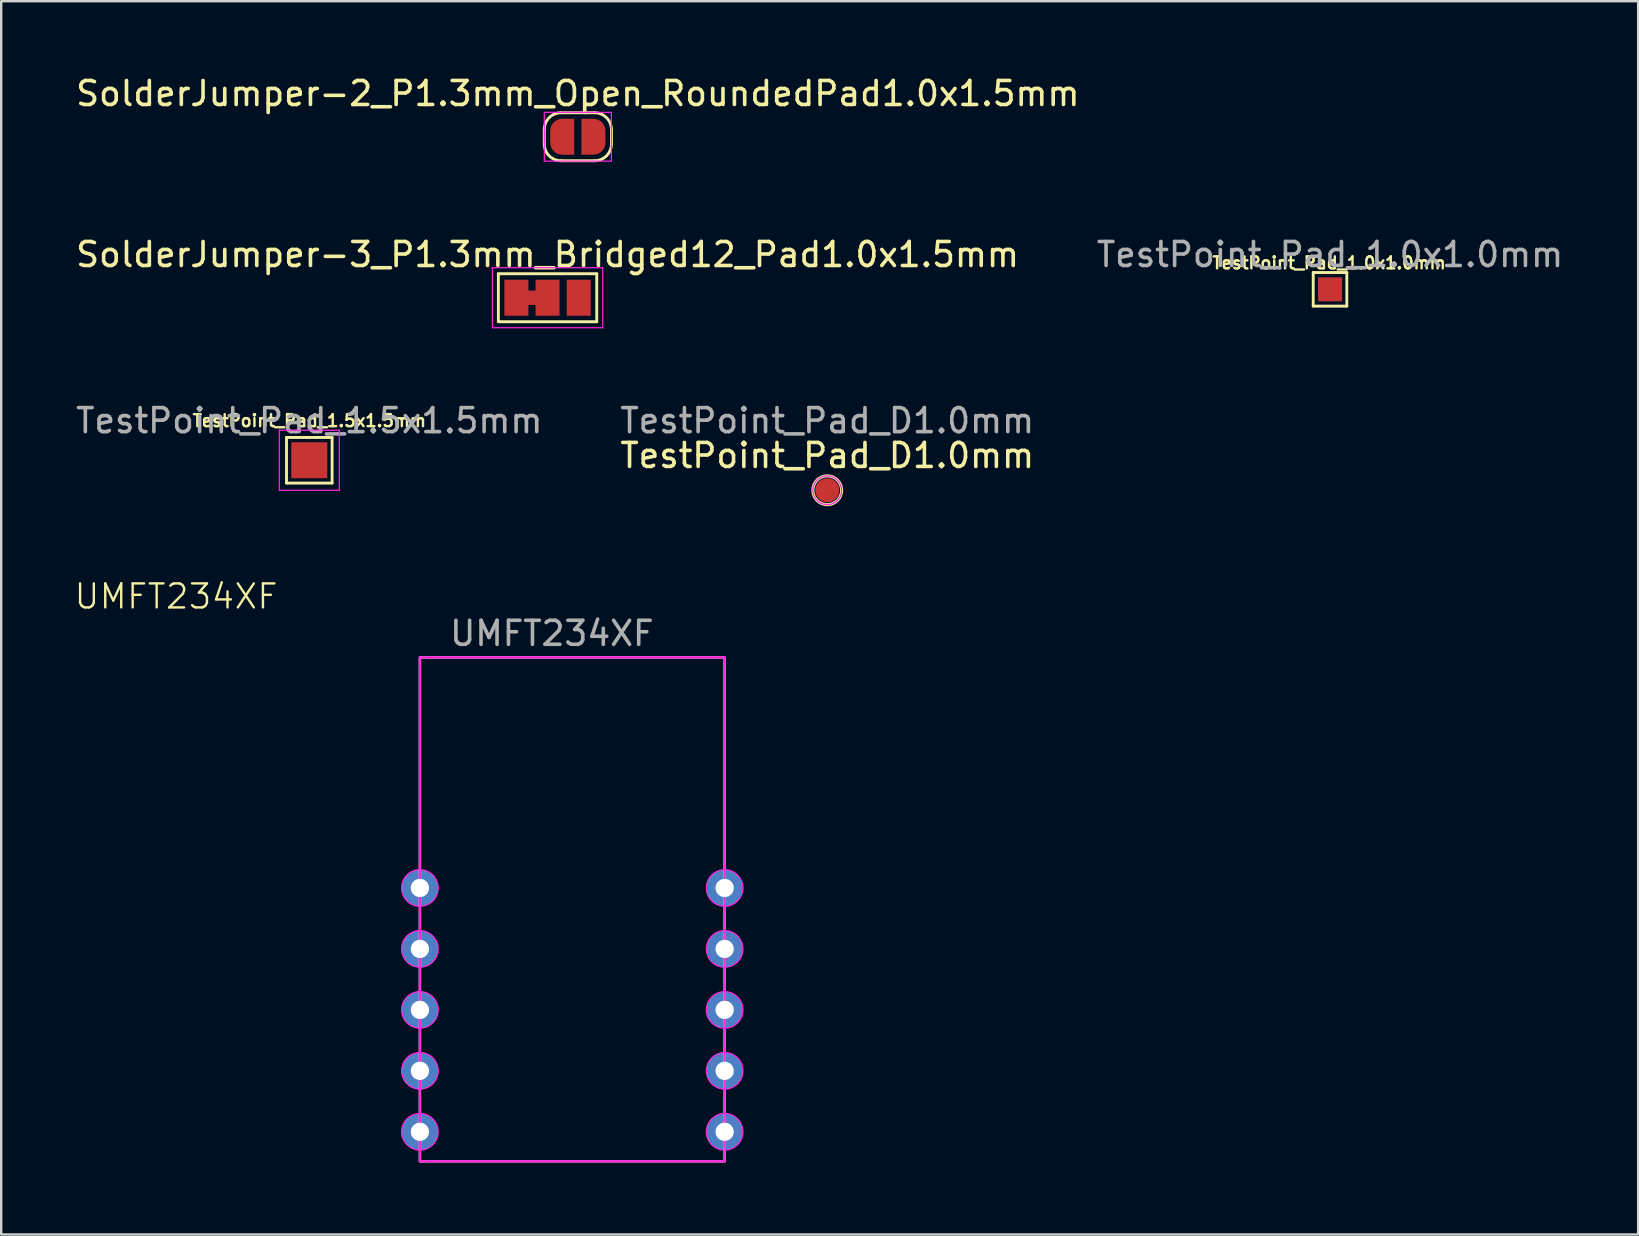
<source format=kicad_pcb>
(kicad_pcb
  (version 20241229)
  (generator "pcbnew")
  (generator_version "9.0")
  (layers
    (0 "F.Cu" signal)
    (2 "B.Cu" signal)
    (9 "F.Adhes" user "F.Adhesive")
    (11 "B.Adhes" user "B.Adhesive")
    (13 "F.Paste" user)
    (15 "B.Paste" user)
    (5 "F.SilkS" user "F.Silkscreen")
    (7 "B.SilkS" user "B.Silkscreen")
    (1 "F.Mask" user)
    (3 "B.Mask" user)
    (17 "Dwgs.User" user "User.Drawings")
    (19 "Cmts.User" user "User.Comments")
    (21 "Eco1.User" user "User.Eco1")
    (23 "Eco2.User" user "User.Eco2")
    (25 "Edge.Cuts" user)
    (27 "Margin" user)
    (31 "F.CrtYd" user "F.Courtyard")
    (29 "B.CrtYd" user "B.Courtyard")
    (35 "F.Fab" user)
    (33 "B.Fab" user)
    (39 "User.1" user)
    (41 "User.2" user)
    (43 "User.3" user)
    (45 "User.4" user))
  (footprint "TestPoint_Pad_1.5x1.5mm"
    (layer "F.Cu")
    (at 9.839 16.13)
    (property "Reference" "TestPoint_Pad_1.5x1.5mm" (at 0 -1.648 0) (layer "F.SilkS") (effects (font (size 0.5 0.5) (thickness 0.1))))
    (attr exclude_from_pos_files)
    (fp_line (start -0.95 -0.95) (end 0.95 -0.95) (stroke (width 0.12) (type solid)) (layer "F.SilkS"))
    (fp_line (start -0.95 0.95) (end -0.95 -0.95) (stroke (width 0.12) (type solid)) (layer "F.SilkS"))
    (fp_line (start 0.95 -0.95) (end 0.95 0.95) (stroke (width 0.12) (type solid)) (layer "F.SilkS"))
    (fp_line (start 0.95 0.95) (end -0.95 0.95) (stroke (width 0.12) (type solid)) (layer "F.SilkS"))
    (fp_line (start -1.25 -1.25) (end -1.25 1.25) (stroke (width 0.05) (type solid)) (layer "F.CrtYd"))
    (fp_line (start -1.25 -1.25) (end 1.25 -1.25) (stroke (width 0.05) (type solid)) (layer "F.CrtYd"))
    (fp_line (start 1.25 1.25) (end -1.25 1.25) (stroke (width 0.05) (type solid)) (layer "F.CrtYd"))
    (fp_line (start 1.25 1.25) (end 1.25 -1.25) (stroke (width 0.05) (type solid)) (layer "F.CrtYd"))
    (fp_text user "${REFERENCE}" (at 0 -1.65 0) (layer "F.Fab") (effects (font (size 1 1) (thickness 0.15))))
    (pad "1" smd rect (at 0 0) (size 1.5 1.5) (layers "F.Cu" "F.Mask")))
  (footprint "UMFT234XF"
    (layer "F.Cu")
    (at 14.448 24.344)
    (property "Reference" "UMFT234XF" (at -10.16 -2.54 0) (unlocked yes) (layer "F.SilkS") (effects (font (size 1 1) (thickness 0.1))))
    (attr through_hole)
    (fp_rect (start 0 0) (end 12.7 21) (stroke (width 0.1) (type default)) (fill no) (layer "F.SilkS"))
    (fp_rect (start 0 0) (end 12.7 21) (stroke (width 0.1) (type default)) (fill no) (layer "F.CrtYd"))
    (fp_circle (center 0 9.61) (end 0.762 9.61) (stroke (width 0.05) (type default)) (fill no) (layer "F.CrtYd"))
    (fp_circle (center 0 12.15) (end 0.762 12.15) (stroke (width 0.05) (type default)) (fill no) (layer "F.CrtYd"))
    (fp_circle (center 0 14.69) (end 0.762 14.69) (stroke (width 0.05) (type default)) (fill no) (layer "F.CrtYd"))
    (fp_circle (center 0 17.23) (end 0.762 17.23) (stroke (width 0.05) (type default)) (fill no) (layer "F.CrtYd"))
    (fp_circle (center 0 19.77) (end 0.762 19.77) (stroke (width 0.05) (type default)) (fill no) (layer "F.CrtYd"))
    (fp_circle (center 12.7 9.61) (end 13.462 9.61) (stroke (width 0.05) (type default)) (fill no) (layer "F.CrtYd"))
    (fp_circle (center 12.7 12.15) (end 13.462 12.15) (stroke (width 0.05) (type default)) (fill no) (layer "F.CrtYd"))
    (fp_circle (center 12.7 14.69) (end 13.462 14.69) (stroke (width 0.05) (type default)) (fill no) (layer "F.CrtYd"))
    (fp_circle (center 12.7 17.23) (end 13.462 17.23) (stroke (width 0.05) (type default)) (fill no) (layer "F.CrtYd"))
    (fp_circle (center 12.7 19.77) (end 13.462 19.77) (stroke (width 0.05) (type default)) (fill no) (layer "F.CrtYd"))
    (fp_text user "${REFERENCE}" (at 5.5 -1 0) (unlocked yes) (layer "F.Fab") (effects (font (size 1 1) (thickness 0.15))))
    (pad "P1" thru_hole circle (at 0 9.61) (size 1.524 1.524) (drill 0.762) (layers "*.Cu" "*.Mask"))
    (pad "P2" thru_hole circle (at 0 12.15) (size 1.524 1.524) (drill 0.762) (layers "*.Cu" "*.Mask"))
    (pad "P3" thru_hole circle (at 0 14.69) (size 1.524 1.524) (drill 0.762) (layers "*.Cu" "*.Mask"))
    (pad "P4" thru_hole circle (at 0 17.23) (size 1.524 1.524) (drill 0.762) (layers "*.Cu" "*.Mask"))
    (pad "P5" thru_hole circle (at 0 19.77) (size 1.524 1.524) (drill 0.762) (layers "*.Cu" "*.Mask"))
    (pad "P6" thru_hole circle (at 12.7 19.77) (size 1.524 1.524) (drill 0.762) (layers "*.Cu" "*.Mask"))
    (pad "P7" thru_hole circle (at 12.7 17.23) (size 1.524 1.524) (drill 0.762) (layers "*.Cu" "*.Mask"))
    (pad "P8" thru_hole circle (at 12.7 14.69) (size 1.524 1.524) (drill 0.762) (layers "*.Cu" "*.Mask"))
    (pad "P9" thru_hole circle (at 12.7 12.15) (size 1.524 1.524) (drill 0.762) (layers "*.Cu" "*.Mask"))
    (pad "P10" thru_hole circle (at 12.7 9.61) (size 1.524 1.524) (drill 0.762) (layers "*.Cu" "*.Mask")))
  (footprint "SolderJumper-3_P1.3mm_Bridged12_Pad1.0x1.5mm"
    (layer "F.Cu")
    (at 19.768 9.357)
    (property "Reference" "SolderJumper-3_P1.3mm_Bridged12_Pad1.0x1.5mm" (at 0 -1.8 0) (layer "F.SilkS") (effects (font (size 1 1) (thickness 0.15))))
    (attr exclude_from_pos_files exclude_from_bom)
    (fp_poly (pts (xy -0.9 -0.3) (xy -0.4 -0.3) (xy -0.4 0.3) (xy -0.9 0.3)) (stroke (width 0) (type solid)) (fill yes) (layer "F.Cu"))
    (fp_line (start -2.05 -1) (end 2.05 -1) (stroke (width 0.12) (type solid)) (layer "F.SilkS"))
    (fp_line (start -2.05 1) (end -2.05 -1) (stroke (width 0.12) (type solid)) (layer "F.SilkS"))
    (fp_line (start 2.05 -1) (end 2.05 1) (stroke (width 0.12) (type solid)) (layer "F.SilkS"))
    (fp_line (start 2.05 1) (end -2.05 1) (stroke (width 0.12) (type solid)) (layer "F.SilkS"))
    (fp_line (start -2.3 -1.25) (end -2.3 1.25) (stroke (width 0.05) (type solid)) (layer "F.CrtYd"))
    (fp_line (start -2.3 -1.25) (end 2.3 -1.25) (stroke (width 0.05) (type solid)) (layer "F.CrtYd"))
    (fp_line (start 2.3 1.25) (end -2.3 1.25) (stroke (width 0.05) (type solid)) (layer "F.CrtYd"))
    (fp_line (start 2.3 1.25) (end 2.3 -1.25) (stroke (width 0.05) (type solid)) (layer "F.CrtYd"))
    (pad "1" smd rect (at -1.3 0) (size 1 1.5) (layers "F.Cu" "F.Mask"))
    (pad "2" smd rect (at 0 0) (size 1 1.5) (layers "F.Cu" "F.Mask"))
    (pad "3" smd rect (at 1.3 0) (size 1 1.5) (layers "F.Cu" "F.Mask")))
  (footprint "TestPoint_Pad_D1.0mm"
    (layer "F.Cu")
    (at 31.423 17.38)
    (property "Reference" "TestPoint_Pad_D1.0mm" (at 0 -1.448 0) (layer "F.SilkS") (effects (font (size 1 1) (thickness 0.15))))
    (attr exclude_from_pos_files exclude_from_bom)
    (fp_circle (center 0 0) (end 0.6 0) (stroke (width 0.127) (type solid)) (fill no) (layer "F.SilkS"))
    (fp_circle (center 0 0) (end 0.6 0) (stroke (width 0.05) (type solid)) (fill no) (layer "F.CrtYd"))
    (fp_text user "${REFERENCE}" (at 0 -2.9 0) (layer "F.Fab") (effects (font (size 1 1) (thickness 0.15))))
    (pad "1" smd circle (at 0 0) (size 1 1) (layers "F.Cu" "F.Mask")))
  (footprint "TestPoint_Pad_1.0x1.0mm"
    (layer "F.Cu")
    (at 52.375 9.007)
    (property "Reference" "TestPoint_Pad_1.0x1.0mm" (at -0.04 -1.1 0) (layer "F.SilkS") (effects (font (size 0.5 0.5) (thickness 0.1))))
    (attr exclude_from_pos_files)
    (fp_line (start -0.7 -0.7) (end 0.7 -0.7) (stroke (width 0.12) (type solid)) (layer "F.SilkS"))
    (fp_line (start -0.7 0.7) (end -0.7 -0.7) (stroke (width 0.12) (type solid)) (layer "F.SilkS"))
    (fp_line (start 0.7 -0.7) (end 0.7 0.7) (stroke (width 0.12) (type solid)) (layer "F.SilkS"))
    (fp_line (start 0.7 0.7) (end -0.7 0.7) (stroke (width 0.12) (type solid)) (layer "F.SilkS"))
    (fp_rect (start -0.1 -0.1) (end 0.1 0.1) (stroke (width 0.001) (type solid)) (fill no) (layer "F.CrtYd"))
    (fp_text user "${REFERENCE}" (at 0 -1.45 0) (layer "F.Fab") (effects (font (size 1 1) (thickness 0.15))))
    (pad "1" smd rect (at 0 0) (size 1 1) (layers "F.Cu" "F.Mask")))
  (footprint "SolderJumper-2_P1.3mm_Open_RoundedPad1.0x1.5mm"
    (layer "F.Cu")
    (at 21.03 2.648)
    (property "Reference" "SolderJumper-2_P1.3mm_Open_RoundedPad1.0x1.5mm" (at 0 -1.8 180) (layer "F.SilkS") (effects (font (size 1 1) (thickness 0.15))))
    (attr exclude_from_pos_files)
    (fp_line (start -1.4 0.3) (end -1.4 -0.3) (stroke (width 0.12) (type solid)) (layer "F.SilkS"))
    (fp_line (start -0.7 -1) (end 0.7 -1) (stroke (width 0.12) (type solid)) (layer "F.SilkS"))
    (fp_line (start 0.7 1) (end -0.7 1) (stroke (width 0.12) (type solid)) (layer "F.SilkS"))
    (fp_line (start 1.4 -0.3) (end 1.4 0.3) (stroke (width 0.12) (type solid)) (layer "F.SilkS"))
    (fp_arc (start -1.4 -0.3) (mid -1.194975 -0.794975) (end -0.7 -1) (stroke (width 0.12) (type solid)) (layer "F.SilkS"))
    (fp_arc (start -0.7 1) (mid -1.194975 0.794975) (end -1.4 0.3) (stroke (width 0.12) (type solid)) (layer "F.SilkS"))
    (fp_arc (start 0.7 -1) (mid 1.194975 -0.794975) (end 1.4 -0.3) (stroke (width 0.12) (type solid)) (layer "F.SilkS"))
    (fp_arc (start 1.4 0.3) (mid 1.194975 0.794975) (end 0.7 1) (stroke (width 0.12) (type solid)) (layer "F.SilkS"))
    (fp_line (start -1.397 -1.016) (end -1.397 1.016) (stroke (width 0.05) (type solid)) (layer "F.CrtYd"))
    (fp_line (start -1.397 -1.016) (end 1.397 -1.016) (stroke (width 0.05) (type solid)) (layer "F.CrtYd"))
    (fp_line (start 1.397 1.016) (end -1.397 1.016) (stroke (width 0.05) (type solid)) (layer "F.CrtYd"))
    (fp_line (start 1.397 1.016) (end 1.397 -1.016) (stroke (width 0.05) (type solid)) (layer "F.CrtYd"))
    (pad "1" smd custom (at -0.65 0) (size 1 0.5) (layers "F.Cu" "F.Mask") (options (anchor rect)) (primitives (gr_circle (center 0 0.25) (end 0.5 0.25) (width 0) (fill yes)) (gr_circle (center 0 -0.25) (end 0.5 -0.25) (width 0) (fill yes)) (gr_poly (pts (xy 0.5 0.75) (xy 0 0.75) (xy 0 -0.75) (xy 0.5 -0.75)) (width 0) (fill yes))))
    (pad "2" smd custom (at 0.65 0) (size 1 0.5) (layers "F.Cu" "F.Mask") (options (anchor rect)) (primitives (gr_circle (center 0 0.25) (end 0.5 0.25) (width 0) (fill yes)) (gr_circle (center 0 -0.25) (end 0.5 -0.25) (width 0) (fill yes)) (gr_poly (pts (xy 0 0.75) (xy -0.5 0.75) (xy -0.5 -0.75) (xy 0 -0.75)) (width 0) (fill yes)))))
  (gr_rect
    (start -3 -3)
    (end 65.214 48.394)
    (stroke (width 0.1) (type default))
    (fill no)
    (layer "Edge.Cuts")))
</source>
